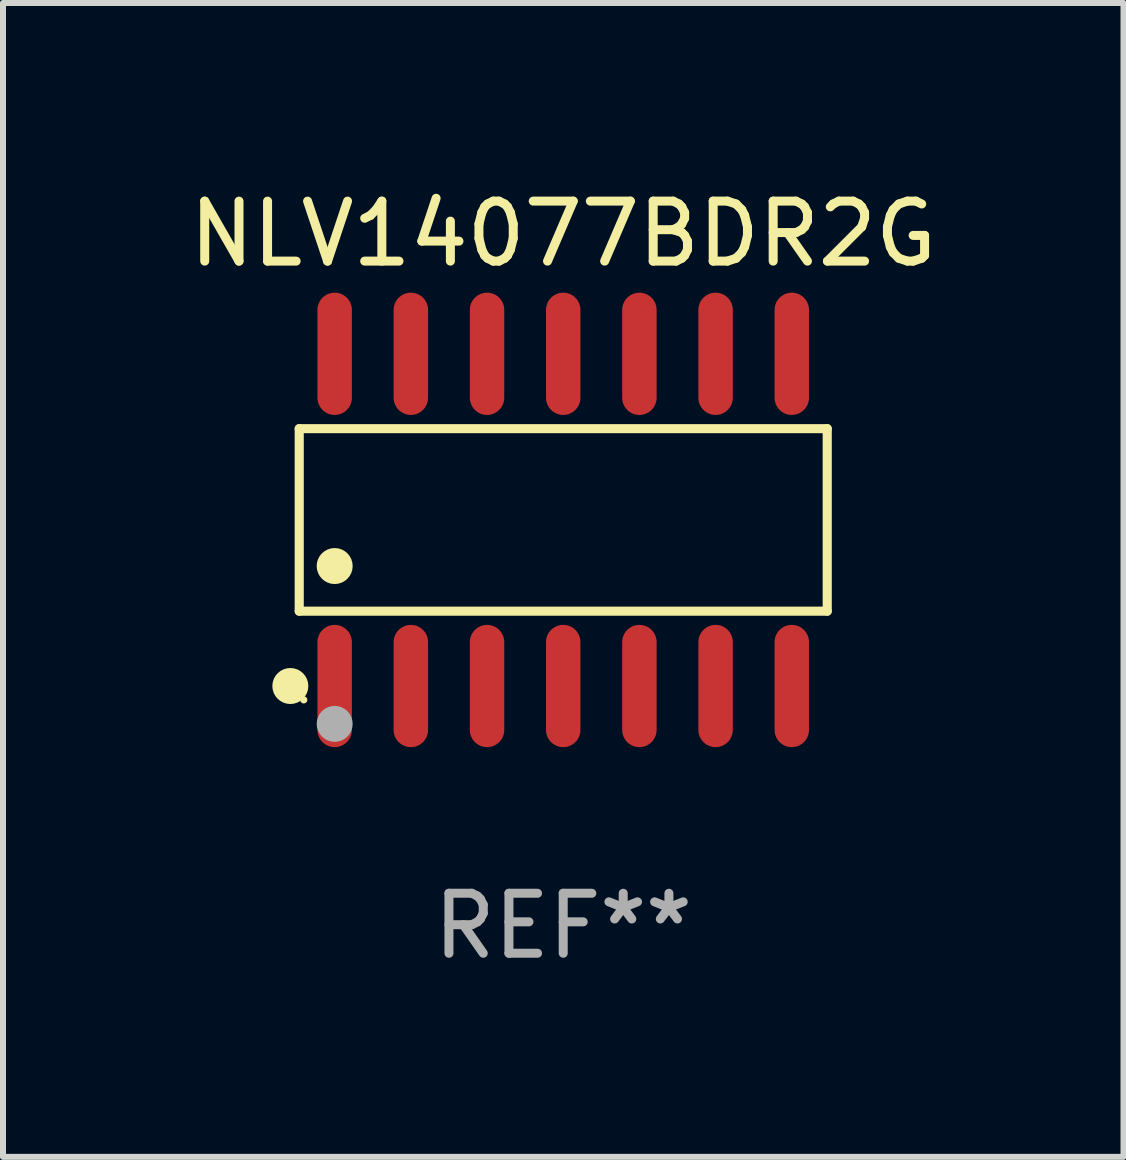
<source format=kicad_pcb>
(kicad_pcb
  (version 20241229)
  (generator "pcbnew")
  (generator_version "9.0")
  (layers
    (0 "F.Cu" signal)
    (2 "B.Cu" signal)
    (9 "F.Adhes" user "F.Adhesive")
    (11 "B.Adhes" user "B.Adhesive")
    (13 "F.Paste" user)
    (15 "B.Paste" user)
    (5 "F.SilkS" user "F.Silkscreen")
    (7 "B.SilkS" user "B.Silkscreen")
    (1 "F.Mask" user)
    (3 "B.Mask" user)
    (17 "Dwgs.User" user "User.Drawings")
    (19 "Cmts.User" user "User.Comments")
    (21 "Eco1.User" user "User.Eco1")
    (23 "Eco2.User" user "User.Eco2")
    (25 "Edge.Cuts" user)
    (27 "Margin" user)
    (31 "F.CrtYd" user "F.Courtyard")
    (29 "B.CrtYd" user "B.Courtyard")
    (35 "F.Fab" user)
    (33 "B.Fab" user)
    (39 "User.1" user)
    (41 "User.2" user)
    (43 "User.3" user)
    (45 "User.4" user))
  (footprint "NLV14077BDR2G"
    (layer "F.Cu")
    (at 6.339 5.617)
    (property "Reference" "NLV14077BDR2G" (at 0 -4.769 0) (layer "F.SilkS") (effects (font (size 1 1) (thickness 0.15))))
    (attr through_hole)
    (fp_line (start -4.401 -1.521) (end 4.401 -1.521) (stroke (width 0.152) (type solid)) (layer "F.SilkS"))
    (fp_line (start -4.401 1.521) (end -4.401 -1.521) (stroke (width 0.152) (type solid)) (layer "F.SilkS"))
    (fp_line (start 4.401 -1.521) (end 4.401 1.521) (stroke (width 0.152) (type solid)) (layer "F.SilkS"))
    (fp_line (start 4.401 1.521) (end -4.401 1.521) (stroke (width 0.152) (type solid)) (layer "F.SilkS"))
    (fp_circle (center -4.549 2.769) (end -4.399 2.769) (stroke (width 0.3) (type solid)) (fill no) (layer "F.SilkS"))
    (fp_circle (center -4.325 3) (end -4.295 3) (stroke (width 0.06) (type solid)) (fill no) (layer "F.SilkS"))
    (fp_circle (center -3.81 0.769) (end -3.66 0.769) (stroke (width 0.3) (type solid)) (fill no) (layer "F.SilkS"))
    (fp_circle (center -3.81 3.4) (end -3.66 3.4) (stroke (width 0.3) (type solid)) (fill no) (layer "F.Fab"))
    (fp_text user "REF**" (at 0 6.769 0) (layer "F.Fab") (effects (font (size 1 1) (thickness 0.15))))
    (pad "1" smd oval (at -3.81 2.769) (size 0.574 2.038) (layers "F.Cu" "F.Mask" "F.Paste"))
    (pad "2" smd oval (at -2.54 2.769) (size 0.574 2.038) (layers "F.Cu" "F.Mask" "F.Paste"))
    (pad "3" smd oval (at -1.27 2.769) (size 0.574 2.038) (layers "F.Cu" "F.Mask" "F.Paste"))
    (pad "4" smd oval (at 0 2.769) (size 0.574 2.038) (layers "F.Cu" "F.Mask" "F.Paste"))
    (pad "5" smd oval (at 1.27 2.769) (size 0.574 2.038) (layers "F.Cu" "F.Mask" "F.Paste"))
    (pad "6" smd oval (at 2.54 2.769) (size 0.574 2.038) (layers "F.Cu" "F.Mask" "F.Paste"))
    (pad "7" smd oval (at 3.81 2.769) (size 0.574 2.038) (layers "F.Cu" "F.Mask" "F.Paste"))
    (pad "8" smd oval (at 3.81 -2.769) (size 0.574 2.038) (layers "F.Cu" "F.Mask" "F.Paste"))
    (pad "9" smd oval (at 2.54 -2.769) (size 0.574 2.038) (layers "F.Cu" "F.Mask" "F.Paste"))
    (pad "10" smd oval (at 1.27 -2.769) (size 0.574 2.038) (layers "F.Cu" "F.Mask" "F.Paste"))
    (pad "11" smd oval (at 0 -2.769) (size 0.574 2.038) (layers "F.Cu" "F.Mask" "F.Paste"))
    (pad "12" smd oval (at -1.27 -2.769) (size 0.574 2.038) (layers "F.Cu" "F.Mask" "F.Paste"))
    (pad "13" smd oval (at -2.54 -2.769) (size 0.574 2.038) (layers "F.Cu" "F.Mask" "F.Paste"))
    (pad "14" smd oval (at -3.81 -2.769) (size 0.574 2.038) (layers "F.Cu" "F.Mask" "F.Paste")))
  (gr_rect
    (start -3 -3)
    (end 15.679 16.235)
    (stroke (width 0.1) (type default))
    (fill no)
    (layer "Edge.Cuts")))
</source>
